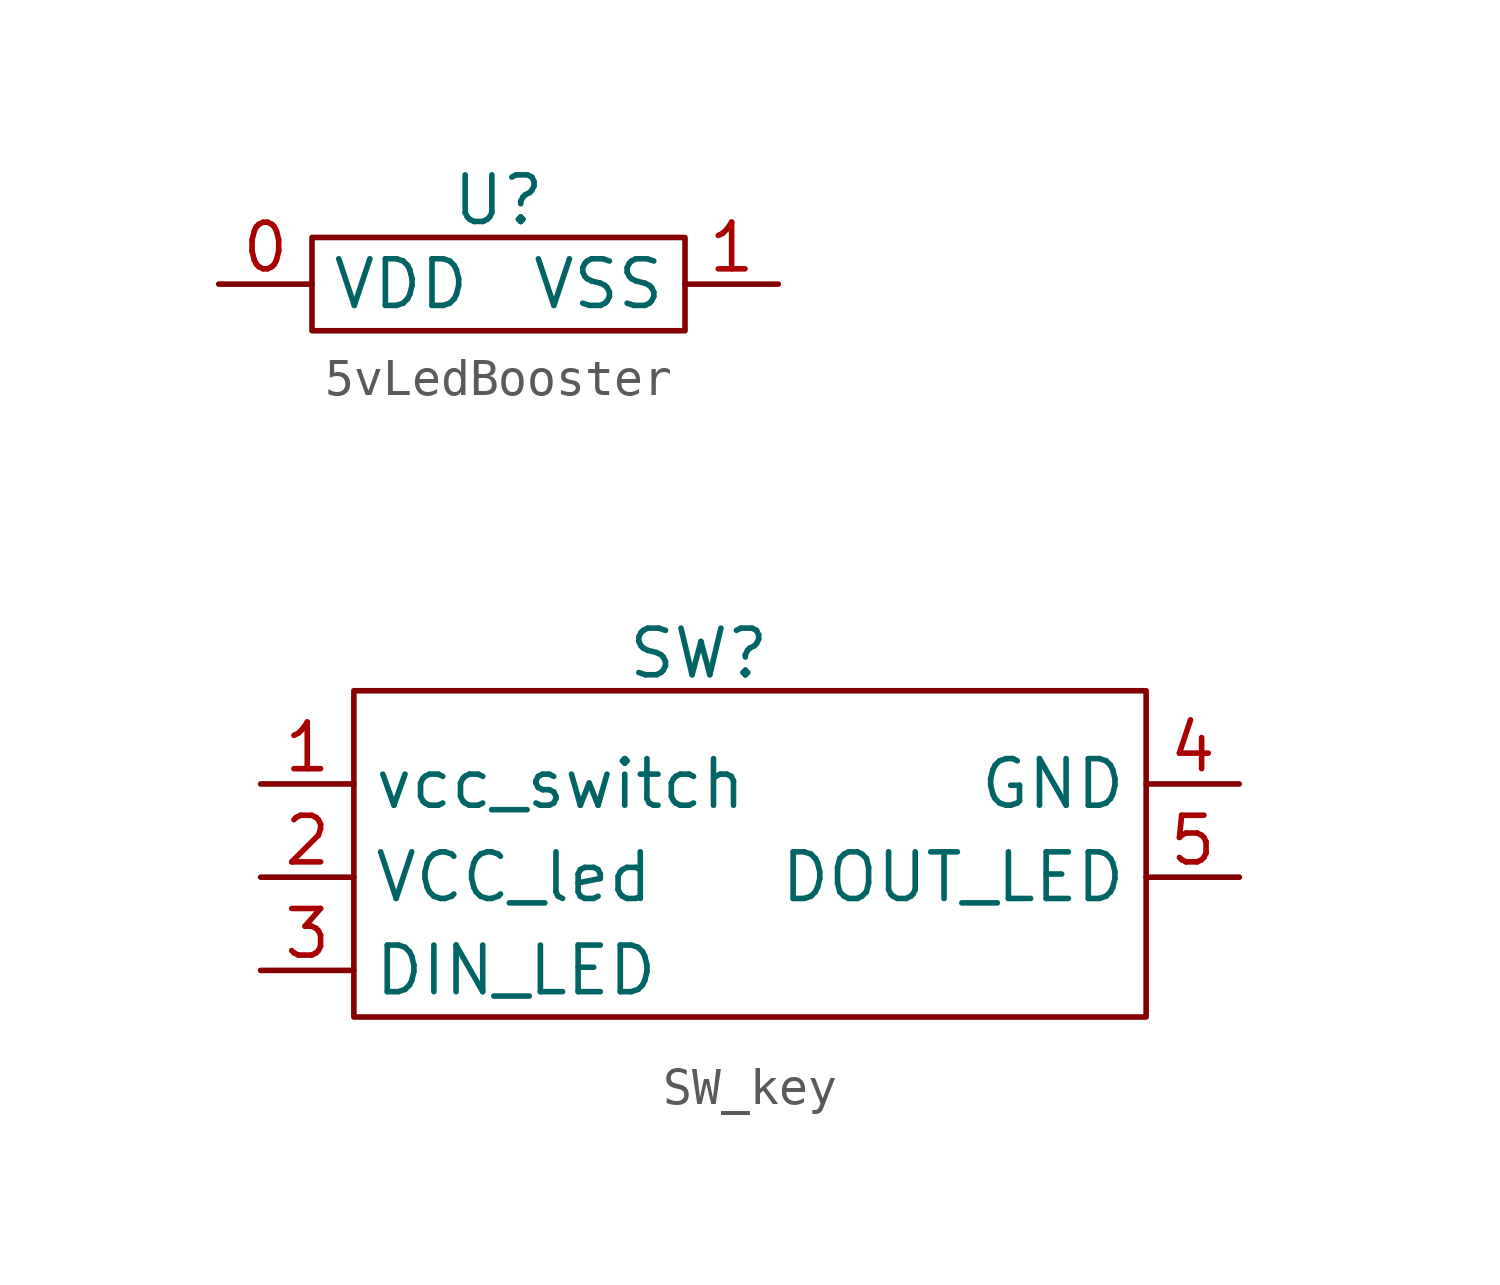
<source format=kicad_sym>
(kicad_symbol_lib
  (version 20241209)
  (generator "kicad_symbol_editor")
  (generator_version "9.0")
  (symbol "5vLedBooster"
    (property "Reference" "U"
      (at 0 -0.254 0)
      (effects (font (size 1.27 1.27))))
    (property "Value" ""
      (at 0 0 0)
      (effects (font (size 1.27 1.27))))
    (symbol "5vLedBooster_0_1"
      (rectangle (start -5.08 -1.27) (end 5.08 -3.81) (stroke (width 0) (type default)) (fill (type none))))
    (symbol "5vLedBooster_1_1"
      (pin power_in line (at -7.62 -2.54 0) (length 2.54) (name "VDD" (effects (font (size 1.27 1.27)))) (number "0" (effects (font (size 1.27 1.27)))))
      (pin power_out line (at 7.62 -2.54 180) (length 2.54) (name "VSS" (effects (font (size 1.27 1.27)))) (number "1" (effects (font (size 1.27 1.27)))))))
  (symbol "SW_key"
    (property "Reference" "SW"
      (at 3.048 1.016 0)
      (effects (font (size 1.27 1.27))))
    (property "Value" ""
      (at 0 0 0)
      (effects (font (size 1.27 1.27))))
    (symbol "SW_key_0_1"
      (rectangle (start -6.35 0) (end 15.24 -8.89) (stroke (width 0) (type default)) (fill (type none))))
    (symbol "SW_key_1_1"
      (pin power_in line (at -8.89 -2.54 0) (length 2.54) (name "vcc_switch" (effects (font (size 1.27 1.27)))) (number "1" (effects (font (size 1.27 1.27)))))
      (pin power_in line (at -8.89 -5.08 0) (length 2.54) (name "VCC_led" (effects (font (size 1.27 1.27)))) (number "2" (effects (font (size 1.27 1.27)))))
      (pin input line (at -8.89 -7.62 0) (length 2.54) (name "DIN_LED" (effects (font (size 1.27 1.27)))) (number "3" (effects (font (size 1.27 1.27)))))
      (pin power_out line (at 17.78 -2.54 180) (length 2.54) (name "GND" (effects (font (size 1.27 1.27)))) (number "4" (effects (font (size 1.27 1.27)))))
      (pin output line (at 17.78 -5.08 180) (length 2.54) (name "DOUT_LED" (effects (font (size 1.27 1.27)))) (number "5" (effects (font (size 1.27 1.27))))))))
</source>
